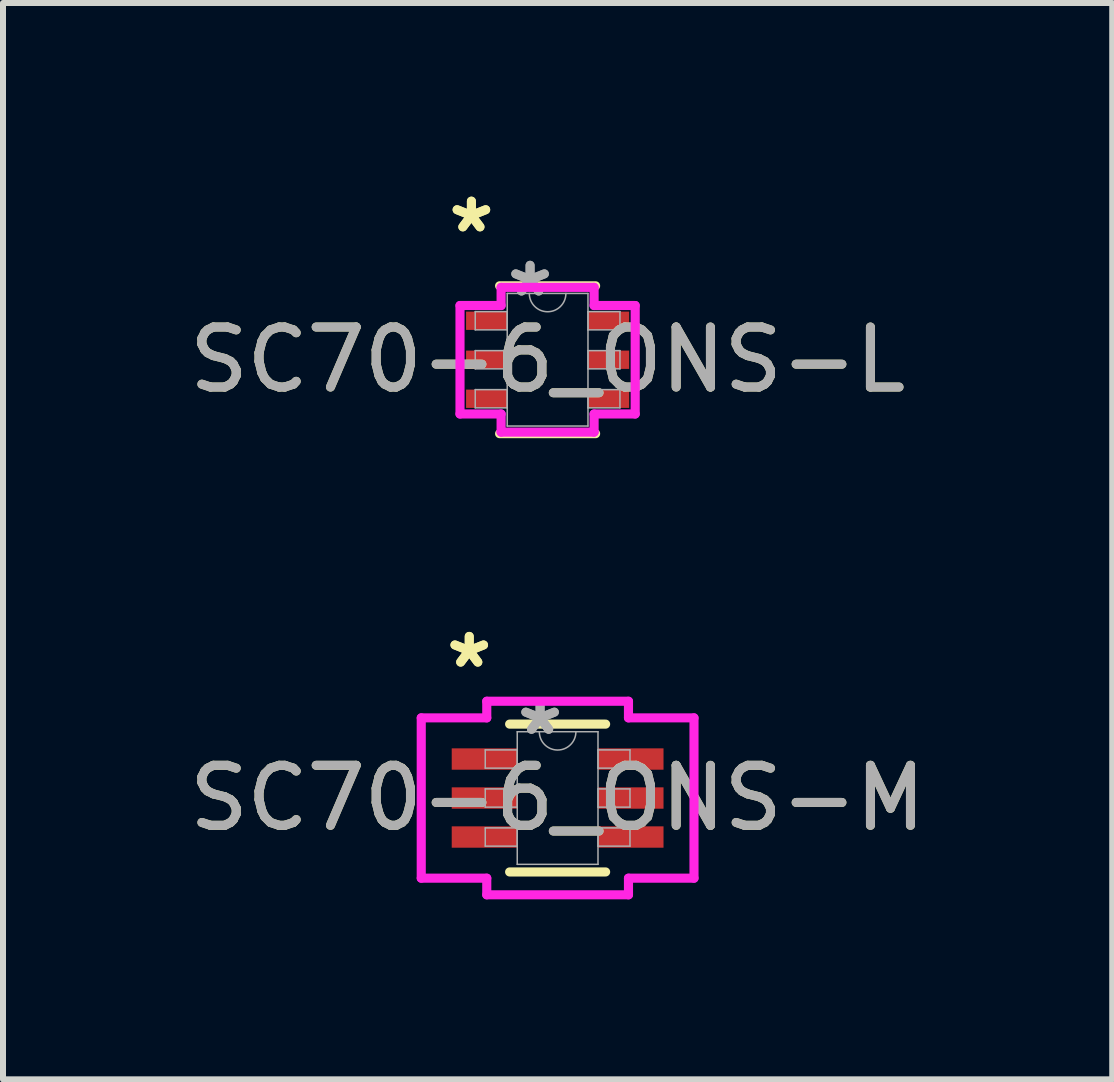
<source format=kicad_pcb>
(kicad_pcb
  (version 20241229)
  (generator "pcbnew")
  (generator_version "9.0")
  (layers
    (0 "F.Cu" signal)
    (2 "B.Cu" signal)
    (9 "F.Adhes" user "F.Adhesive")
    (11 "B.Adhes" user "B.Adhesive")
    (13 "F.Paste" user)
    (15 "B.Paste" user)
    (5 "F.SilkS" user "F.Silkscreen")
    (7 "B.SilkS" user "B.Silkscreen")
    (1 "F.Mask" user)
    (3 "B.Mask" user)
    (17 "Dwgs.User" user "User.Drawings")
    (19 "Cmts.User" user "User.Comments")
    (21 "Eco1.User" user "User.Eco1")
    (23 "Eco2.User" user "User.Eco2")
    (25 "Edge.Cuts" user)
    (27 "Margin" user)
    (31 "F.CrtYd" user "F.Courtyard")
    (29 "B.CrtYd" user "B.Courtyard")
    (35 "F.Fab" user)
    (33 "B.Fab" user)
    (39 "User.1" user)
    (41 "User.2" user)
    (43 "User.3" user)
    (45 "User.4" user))
  (footprint "SC70-6_ONS-M"
    (layer "F.Cu")
    (at 6.244 10.251)
    (property "Reference" "SC70-6_ONS-M" (at 0 0 0) (unlocked yes) (layer "F.SilkS") (effects (font (size 1 1) (thickness 0.15))))
    (attr smd)
    (fp_line (start -0.8 1.232) (end 0.8 1.232) (stroke (width 0.152) (type solid)) (layer "F.SilkS"))
    (fp_line (start 0.8 -1.232) (end -0.8 -1.232) (stroke (width 0.152) (type solid)) (layer "F.SilkS"))
    (fp_line (start -2.273 -1.336) (end -1.181 -1.336) (stroke (width 0.152) (type solid)) (layer "F.CrtYd"))
    (fp_line (start -2.273 1.336) (end -2.273 -1.336) (stroke (width 0.152) (type solid)) (layer "F.CrtYd"))
    (fp_line (start -2.273 1.336) (end -1.181 1.336) (stroke (width 0.152) (type solid)) (layer "F.CrtYd"))
    (fp_line (start -1.181 -1.613) (end 1.181 -1.613) (stroke (width 0.152) (type solid)) (layer "F.CrtYd"))
    (fp_line (start -1.181 -1.336) (end -1.181 -1.613) (stroke (width 0.152) (type solid)) (layer "F.CrtYd"))
    (fp_line (start -1.181 1.613) (end -1.181 1.336) (stroke (width 0.152) (type solid)) (layer "F.CrtYd"))
    (fp_line (start 1.181 -1.613) (end 1.181 -1.336) (stroke (width 0.152) (type solid)) (layer "F.CrtYd"))
    (fp_line (start 1.181 1.336) (end 1.181 1.613) (stroke (width 0.152) (type solid)) (layer "F.CrtYd"))
    (fp_line (start 1.181 1.613) (end -1.181 1.613) (stroke (width 0.152) (type solid)) (layer "F.CrtYd"))
    (fp_line (start 2.273 -1.336) (end 1.181 -1.336) (stroke (width 0.152) (type solid)) (layer "F.CrtYd"))
    (fp_line (start 2.273 -1.336) (end 2.273 1.336) (stroke (width 0.152) (type solid)) (layer "F.CrtYd"))
    (fp_line (start 2.273 1.336) (end 1.181 1.336) (stroke (width 0.152) (type solid)) (layer "F.CrtYd"))
    (fp_line (start -1.206 -0.802) (end -1.206 -0.498) (stroke (width 0.025) (type solid)) (layer "F.Fab"))
    (fp_line (start -1.206 -0.498) (end -0.673 -0.498) (stroke (width 0.025) (type solid)) (layer "F.Fab"))
    (fp_line (start -1.206 -0.152) (end -1.206 0.152) (stroke (width 0.025) (type solid)) (layer "F.Fab"))
    (fp_line (start -1.206 0.152) (end -0.673 0.152) (stroke (width 0.025) (type solid)) (layer "F.Fab"))
    (fp_line (start -1.206 0.498) (end -1.206 0.802) (stroke (width 0.025) (type solid)) (layer "F.Fab"))
    (fp_line (start -1.206 0.802) (end -0.673 0.802) (stroke (width 0.025) (type solid)) (layer "F.Fab"))
    (fp_line (start -0.673 -1.105) (end -0.673 1.105) (stroke (width 0.025) (type solid)) (layer "F.Fab"))
    (fp_line (start -0.673 -0.802) (end -1.206 -0.802) (stroke (width 0.025) (type solid)) (layer "F.Fab"))
    (fp_line (start -0.673 -0.498) (end -0.673 -0.802) (stroke (width 0.025) (type solid)) (layer "F.Fab"))
    (fp_line (start -0.673 -0.152) (end -1.206 -0.152) (stroke (width 0.025) (type solid)) (layer "F.Fab"))
    (fp_line (start -0.673 0.152) (end -0.673 -0.152) (stroke (width 0.025) (type solid)) (layer "F.Fab"))
    (fp_line (start -0.673 0.498) (end -1.206 0.498) (stroke (width 0.025) (type solid)) (layer "F.Fab"))
    (fp_line (start -0.673 0.802) (end -0.673 0.498) (stroke (width 0.025) (type solid)) (layer "F.Fab"))
    (fp_line (start -0.673 1.105) (end 0.673 1.105) (stroke (width 0.025) (type solid)) (layer "F.Fab"))
    (fp_line (start 0.673 -1.105) (end -0.673 -1.105) (stroke (width 0.025) (type solid)) (layer "F.Fab"))
    (fp_line (start 0.673 -0.802) (end 0.673 -0.498) (stroke (width 0.025) (type solid)) (layer "F.Fab"))
    (fp_line (start 0.673 -0.498) (end 1.206 -0.498) (stroke (width 0.025) (type solid)) (layer "F.Fab"))
    (fp_line (start 0.673 -0.152) (end 0.673 0.152) (stroke (width 0.025) (type solid)) (layer "F.Fab"))
    (fp_line (start 0.673 0.152) (end 1.206 0.152) (stroke (width 0.025) (type solid)) (layer "F.Fab"))
    (fp_line (start 0.673 0.498) (end 0.673 0.802) (stroke (width 0.025) (type solid)) (layer "F.Fab"))
    (fp_line (start 0.673 0.802) (end 1.206 0.802) (stroke (width 0.025) (type solid)) (layer "F.Fab"))
    (fp_line (start 0.673 1.105) (end 0.673 -1.105) (stroke (width 0.025) (type solid)) (layer "F.Fab"))
    (fp_line (start 1.206 -0.802) (end 0.673 -0.802) (stroke (width 0.025) (type solid)) (layer "F.Fab"))
    (fp_line (start 1.206 -0.498) (end 1.206 -0.802) (stroke (width 0.025) (type solid)) (layer "F.Fab"))
    (fp_line (start 1.206 -0.152) (end 0.673 -0.152) (stroke (width 0.025) (type solid)) (layer "F.Fab"))
    (fp_line (start 1.206 0.152) (end 1.206 -0.152) (stroke (width 0.025) (type solid)) (layer "F.Fab"))
    (fp_line (start 1.206 0.498) (end 0.673 0.498) (stroke (width 0.025) (type solid)) (layer "F.Fab"))
    (fp_line (start 1.206 0.802) (end 1.206 0.498) (stroke (width 0.025) (type solid)) (layer "F.Fab"))
    (fp_arc (start 0.3048 -1.1049) (mid 0 -0.8001) (end -0.3048 -1.1049) (stroke (width 0.0254) (type solid)) (layer "F.Fab"))
    (fp_text user "*" (at -1.473 -2.149 0) (unlocked yes) (layer "F.SilkS") (effects (font (size 1 1) (thickness 0.15))))
    (fp_text user "*" (at -1.473 -2.149 0) (layer "F.SilkS") (effects (font (size 1 1) (thickness 0.15))))
    (fp_text user "*" (at -0.292 -1.029 0) (layer "F.Fab") (effects (font (size 1 1) (thickness 0.15))))
    (fp_text user "*" (at -0.292 -1.029 0) (unlocked yes) (layer "F.Fab") (effects (font (size 1 1) (thickness 0.15))))
    (fp_text user "${REFERENCE}" (at 0 0 0) (unlocked yes) (layer "F.Fab") (effects (font (size 1 1) (thickness 0.15))))
    (pad "1" smd rect (at -1.219 -0.65) (size 1.092 0.356) (layers "F.Cu" "F.Mask" "F.Paste"))
    (pad "2" smd rect (at -1.219 0) (size 1.092 0.356) (layers "F.Cu" "F.Mask" "F.Paste"))
    (pad "3" smd rect (at -1.219 0.65) (size 1.092 0.356) (layers "F.Cu" "F.Mask" "F.Paste"))
    (pad "4" smd rect (at 1.219 0.65) (size 1.092 0.356) (layers "F.Cu" "F.Mask" "F.Paste"))
    (pad "5" smd rect (at 1.219 0) (size 1.092 0.356) (layers "F.Cu" "F.Mask" "F.Paste"))
    (pad "6" smd rect (at 1.219 -0.65) (size 1.092 0.356) (layers "F.Cu" "F.Mask" "F.Paste")))
  (footprint "SC70-6_ONS-L"
    (layer "F.Cu")
    (at 6.077 2.946)
    (property "Reference" "SC70-6_ONS-L" (at 0 0 0) (unlocked yes) (layer "F.SilkS") (effects (font (size 1 1) (thickness 0.15))))
    (attr smd)
    (fp_line (start -0.8 1.232) (end 0.8 1.232) (stroke (width 0.152) (type solid)) (layer "F.SilkS"))
    (fp_line (start 0.8 -1.232) (end -0.8 -1.232) (stroke (width 0.152) (type solid)) (layer "F.SilkS"))
    (fp_line (start -1.46 -0.904) (end -0.775 -0.904) (stroke (width 0.152) (type solid)) (layer "F.CrtYd"))
    (fp_line (start -1.46 0.904) (end -1.46 -0.904) (stroke (width 0.152) (type solid)) (layer "F.CrtYd"))
    (fp_line (start -1.46 0.904) (end -0.775 0.904) (stroke (width 0.152) (type solid)) (layer "F.CrtYd"))
    (fp_line (start -0.775 -1.206) (end 0.775 -1.206) (stroke (width 0.152) (type solid)) (layer "F.CrtYd"))
    (fp_line (start -0.775 -0.904) (end -0.775 -1.206) (stroke (width 0.152) (type solid)) (layer "F.CrtYd"))
    (fp_line (start -0.775 1.206) (end -0.775 0.904) (stroke (width 0.152) (type solid)) (layer "F.CrtYd"))
    (fp_line (start 0.775 -1.206) (end 0.775 -0.904) (stroke (width 0.152) (type solid)) (layer "F.CrtYd"))
    (fp_line (start 0.775 0.904) (end 0.775 1.206) (stroke (width 0.152) (type solid)) (layer "F.CrtYd"))
    (fp_line (start 0.775 1.206) (end -0.775 1.206) (stroke (width 0.152) (type solid)) (layer "F.CrtYd"))
    (fp_line (start 1.46 -0.904) (end 0.775 -0.904) (stroke (width 0.152) (type solid)) (layer "F.CrtYd"))
    (fp_line (start 1.46 -0.904) (end 1.46 0.904) (stroke (width 0.152) (type solid)) (layer "F.CrtYd"))
    (fp_line (start 1.46 0.904) (end 0.775 0.904) (stroke (width 0.152) (type solid)) (layer "F.CrtYd"))
    (fp_line (start -1.206 -0.802) (end -1.206 -0.498) (stroke (width 0.025) (type solid)) (layer "F.Fab"))
    (fp_line (start -1.206 -0.498) (end -0.673 -0.498) (stroke (width 0.025) (type solid)) (layer "F.Fab"))
    (fp_line (start -1.206 -0.152) (end -1.206 0.152) (stroke (width 0.025) (type solid)) (layer "F.Fab"))
    (fp_line (start -1.206 0.152) (end -0.673 0.152) (stroke (width 0.025) (type solid)) (layer "F.Fab"))
    (fp_line (start -1.206 0.498) (end -1.206 0.802) (stroke (width 0.025) (type solid)) (layer "F.Fab"))
    (fp_line (start -1.206 0.802) (end -0.673 0.802) (stroke (width 0.025) (type solid)) (layer "F.Fab"))
    (fp_line (start -0.673 -1.105) (end -0.673 1.105) (stroke (width 0.025) (type solid)) (layer "F.Fab"))
    (fp_line (start -0.673 -0.802) (end -1.206 -0.802) (stroke (width 0.025) (type solid)) (layer "F.Fab"))
    (fp_line (start -0.673 -0.498) (end -0.673 -0.802) (stroke (width 0.025) (type solid)) (layer "F.Fab"))
    (fp_line (start -0.673 -0.152) (end -1.206 -0.152) (stroke (width 0.025) (type solid)) (layer "F.Fab"))
    (fp_line (start -0.673 0.152) (end -0.673 -0.152) (stroke (width 0.025) (type solid)) (layer "F.Fab"))
    (fp_line (start -0.673 0.498) (end -1.206 0.498) (stroke (width 0.025) (type solid)) (layer "F.Fab"))
    (fp_line (start -0.673 0.802) (end -0.673 0.498) (stroke (width 0.025) (type solid)) (layer "F.Fab"))
    (fp_line (start -0.673 1.105) (end 0.673 1.105) (stroke (width 0.025) (type solid)) (layer "F.Fab"))
    (fp_line (start 0.673 -1.105) (end -0.673 -1.105) (stroke (width 0.025) (type solid)) (layer "F.Fab"))
    (fp_line (start 0.673 -0.802) (end 0.673 -0.498) (stroke (width 0.025) (type solid)) (layer "F.Fab"))
    (fp_line (start 0.673 -0.498) (end 1.206 -0.498) (stroke (width 0.025) (type solid)) (layer "F.Fab"))
    (fp_line (start 0.673 -0.152) (end 0.673 0.152) (stroke (width 0.025) (type solid)) (layer "F.Fab"))
    (fp_line (start 0.673 0.152) (end 1.206 0.152) (stroke (width 0.025) (type solid)) (layer "F.Fab"))
    (fp_line (start 0.673 0.498) (end 0.673 0.802) (stroke (width 0.025) (type solid)) (layer "F.Fab"))
    (fp_line (start 0.673 0.802) (end 1.206 0.802) (stroke (width 0.025) (type solid)) (layer "F.Fab"))
    (fp_line (start 0.673 1.105) (end 0.673 -1.105) (stroke (width 0.025) (type solid)) (layer "F.Fab"))
    (fp_line (start 1.206 -0.802) (end 0.673 -0.802) (stroke (width 0.025) (type solid)) (layer "F.Fab"))
    (fp_line (start 1.206 -0.498) (end 1.206 -0.802) (stroke (width 0.025) (type solid)) (layer "F.Fab"))
    (fp_line (start 1.206 -0.152) (end 0.673 -0.152) (stroke (width 0.025) (type solid)) (layer "F.Fab"))
    (fp_line (start 1.206 0.152) (end 1.206 -0.152) (stroke (width 0.025) (type solid)) (layer "F.Fab"))
    (fp_line (start 1.206 0.498) (end 0.673 0.498) (stroke (width 0.025) (type solid)) (layer "F.Fab"))
    (fp_line (start 1.206 0.802) (end 1.206 0.498) (stroke (width 0.025) (type solid)) (layer "F.Fab"))
    (fp_arc (start 0.3048 -1.1049) (mid 0 -0.8001) (end -0.3048 -1.1049) (stroke (width 0.0254) (type solid)) (layer "F.Fab"))
    (fp_text user "*" (at -1.27 -2.098 0) (layer "F.SilkS") (effects (font (size 1 1) (thickness 0.15))))
    (fp_text user "*" (at -1.27 -2.098 0) (unlocked yes) (layer "F.SilkS") (effects (font (size 1 1) (thickness 0.15))))
    (fp_text user "${REFERENCE}" (at 0 0 0) (unlocked yes) (layer "F.Fab") (effects (font (size 1 1) (thickness 0.15))))
    (fp_text user "*" (at -0.292 -1.029 0) (unlocked yes) (layer "F.Fab") (effects (font (size 1 1) (thickness 0.15))))
    (fp_text user "*" (at -0.292 -1.029 0) (layer "F.Fab") (effects (font (size 1 1) (thickness 0.15))))
    (pad "1" smd rect (at -1.016 -0.65) (size 0.686 0.305) (layers "F.Cu" "F.Mask" "F.Paste"))
    (pad "2" smd rect (at -1.016 0) (size 0.686 0.305) (layers "F.Cu" "F.Mask" "F.Paste"))
    (pad "3" smd rect (at -1.016 0.65) (size 0.686 0.305) (layers "F.Cu" "F.Mask" "F.Paste"))
    (pad "4" smd rect (at 1.016 0.65) (size 0.686 0.305) (layers "F.Cu" "F.Mask" "F.Paste"))
    (pad "5" smd rect (at 1.016 0) (size 0.686 0.305) (layers "F.Cu" "F.Mask" "F.Paste"))
    (pad "6" smd rect (at 1.016 -0.65) (size 0.686 0.305) (layers "F.Cu" "F.Mask" "F.Paste")))
  (gr_rect
    (start -3 -3)
    (end 15.488 14.94)
    (stroke (width 0.1) (type default))
    (fill no)
    (layer "Edge.Cuts")))
</source>
